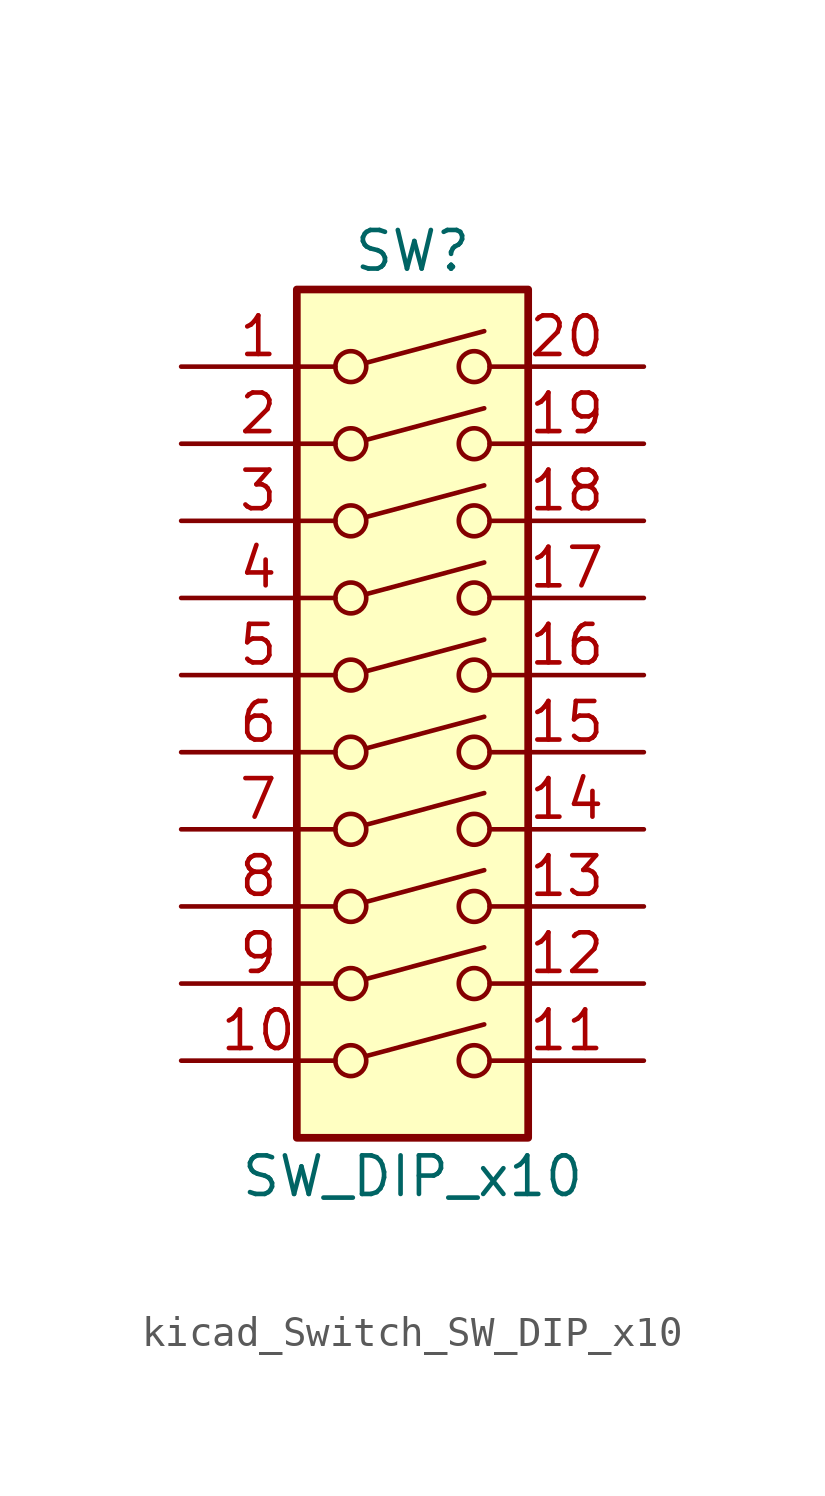
<source format=kicad_sym>
(kicad_symbol_lib
  (version 20220914)
  (generator kicad_symbol_editor)
  (symbol "kicad_Switch_SW_DIP_x10"
    (pin_names
      (offset 0) hide)
    (property "Reference" "SW"
      (at 0 16.51 0)
      (effects (font (size 1.27 1.27))))
    (property "Value" "SW_DIP_x10"
      (at 0 -13.97 0)
      (effects (font (size 1.27 1.27))))
    (symbol "kicad_Switch_SW_DIP_x10_0_0"
      (circle (center -2.032 -10.16) (radius 0.508) (stroke (width 0) (type default)) (fill (type none)))
      (circle (center -2.032 -7.62) (radius 0.508) (stroke (width 0) (type default)) (fill (type none)))
      (circle (center -2.032 -5.08) (radius 0.508) (stroke (width 0) (type default)) (fill (type none)))
      (circle (center -2.032 -2.54) (radius 0.508) (stroke (width 0) (type default)) (fill (type none)))
      (circle (center -2.032 0) (radius 0.508) (stroke (width 0) (type default)) (fill (type none)))
      (circle (center -2.032 2.54) (radius 0.508) (stroke (width 0) (type default)) (fill (type none)))
      (circle (center -2.032 5.08) (radius 0.508) (stroke (width 0) (type default)) (fill (type none)))
      (circle (center -2.032 7.62) (radius 0.508) (stroke (width 0) (type default)) (fill (type none)))
      (circle (center -2.032 10.16) (radius 0.508) (stroke (width 0) (type default)) (fill (type none)))
      (circle (center -2.032 12.7) (radius 0.508) (stroke (width 0) (type default)) (fill (type none)))
      (polyline (pts (xy -1.524 -10.008) (xy 2.362 -8.966)) (stroke (width 0) (type default)) (fill (type none)))
      (polyline (pts (xy -1.524 -7.468) (xy 2.362 -6.426)) (stroke (width 0) (type default)) (fill (type none)))
      (polyline (pts (xy -1.524 -4.928) (xy 2.362 -3.886)) (stroke (width 0) (type default)) (fill (type none)))
      (polyline (pts (xy -1.524 -2.388) (xy 2.362 -1.346)) (stroke (width 0) (type default)) (fill (type none)))
      (polyline (pts (xy -1.524 0.127) (xy 2.362 1.168)) (stroke (width 0) (type default)) (fill (type none)))
      (polyline (pts (xy -1.524 2.667) (xy 2.362 3.708)) (stroke (width 0) (type default)) (fill (type none)))
      (polyline (pts (xy -1.524 5.207) (xy 2.362 6.248)) (stroke (width 0) (type default)) (fill (type none)))
      (polyline (pts (xy -1.524 7.747) (xy 2.362 8.788)) (stroke (width 0) (type default)) (fill (type none)))
      (polyline (pts (xy -1.524 10.287) (xy 2.362 11.328)) (stroke (width 0) (type default)) (fill (type none)))
      (polyline (pts (xy -1.524 12.827) (xy 2.362 13.868)) (stroke (width 0) (type default)) (fill (type none)))
      (circle (center 2.032 -10.16) (radius 0.508) (stroke (width 0) (type default)) (fill (type none)))
      (circle (center 2.032 -7.62) (radius 0.508) (stroke (width 0) (type default)) (fill (type none)))
      (circle (center 2.032 -5.08) (radius 0.508) (stroke (width 0) (type default)) (fill (type none)))
      (circle (center 2.032 -2.54) (radius 0.508) (stroke (width 0) (type default)) (fill (type none)))
      (circle (center 2.032 0) (radius 0.508) (stroke (width 0) (type default)) (fill (type none)))
      (circle (center 2.032 2.54) (radius 0.508) (stroke (width 0) (type default)) (fill (type none)))
      (circle (center 2.032 5.08) (radius 0.508) (stroke (width 0) (type default)) (fill (type none)))
      (circle (center 2.032 7.62) (radius 0.508) (stroke (width 0) (type default)) (fill (type none)))
      (circle (center 2.032 10.16) (radius 0.508) (stroke (width 0) (type default)) (fill (type none)))
      (circle (center 2.032 12.7) (radius 0.508) (stroke (width 0) (type default)) (fill (type none))))
    (symbol "kicad_Switch_SW_DIP_x10_0_1"
      (rectangle (start -3.81 15.24) (end 3.81 -12.7) (stroke (width 0.254) (type default)) (fill (type background))))
    (symbol "kicad_Switch_SW_DIP_x10_1_1"
      (pin passive line (at -7.62 12.7 0) (length 5.08) (name "~" (effects (font (size 1.27 1.27)))) (number "1" (effects (font (size 1.27 1.27)))))
      (pin passive line (at -7.62 -10.16 0) (length 5.08) (name "~" (effects (font (size 1.27 1.27)))) (number "10" (effects (font (size 1.27 1.27)))))
      (pin passive line (at 7.62 -10.16 180) (length 5.08) (name "~" (effects (font (size 1.27 1.27)))) (number "11" (effects (font (size 1.27 1.27)))))
      (pin passive line (at 7.62 -7.62 180) (length 5.08) (name "~" (effects (font (size 1.27 1.27)))) (number "12" (effects (font (size 1.27 1.27)))))
      (pin passive line (at 7.62 -5.08 180) (length 5.08) (name "~" (effects (font (size 1.27 1.27)))) (number "13" (effects (font (size 1.27 1.27)))))
      (pin passive line (at 7.62 -2.54 180) (length 5.08) (name "~" (effects (font (size 1.27 1.27)))) (number "14" (effects (font (size 1.27 1.27)))))
      (pin passive line (at 7.62 0 180) (length 5.08) (name "~" (effects (font (size 1.27 1.27)))) (number "15" (effects (font (size 1.27 1.27)))))
      (pin passive line (at 7.62 2.54 180) (length 5.08) (name "~" (effects (font (size 1.27 1.27)))) (number "16" (effects (font (size 1.27 1.27)))))
      (pin passive line (at 7.62 5.08 180) (length 5.08) (name "~" (effects (font (size 1.27 1.27)))) (number "17" (effects (font (size 1.27 1.27)))))
      (pin passive line (at 7.62 7.62 180) (length 5.08) (name "~" (effects (font (size 1.27 1.27)))) (number "18" (effects (font (size 1.27 1.27)))))
      (pin passive line (at 7.62 10.16 180) (length 5.08) (name "~" (effects (font (size 1.27 1.27)))) (number "19" (effects (font (size 1.27 1.27)))))
      (pin passive line (at -7.62 10.16 0) (length 5.08) (name "~" (effects (font (size 1.27 1.27)))) (number "2" (effects (font (size 1.27 1.27)))))
      (pin passive line (at 7.62 12.7 180) (length 5.08) (name "~" (effects (font (size 1.27 1.27)))) (number "20" (effects (font (size 1.27 1.27)))))
      (pin passive line (at -7.62 7.62 0) (length 5.08) (name "~" (effects (font (size 1.27 1.27)))) (number "3" (effects (font (size 1.27 1.27)))))
      (pin passive line (at -7.62 5.08 0) (length 5.08) (name "~" (effects (font (size 1.27 1.27)))) (number "4" (effects (font (size 1.27 1.27)))))
      (pin passive line (at -7.62 2.54 0) (length 5.08) (name "~" (effects (font (size 1.27 1.27)))) (number "5" (effects (font (size 1.27 1.27)))))
      (pin passive line (at -7.62 0 0) (length 5.08) (name "~" (effects (font (size 1.27 1.27)))) (number "6" (effects (font (size 1.27 1.27)))))
      (pin passive line (at -7.62 -2.54 0) (length 5.08) (name "~" (effects (font (size 1.27 1.27)))) (number "7" (effects (font (size 1.27 1.27)))))
      (pin passive line (at -7.62 -5.08 0) (length 5.08) (name "~" (effects (font (size 1.27 1.27)))) (number "8" (effects (font (size 1.27 1.27)))))
      (pin passive line (at -7.62 -7.62 0) (length 5.08) (name "~" (effects (font (size 1.27 1.27)))) (number "9" (effects (font (size 1.27 1.27))))))))
</source>
